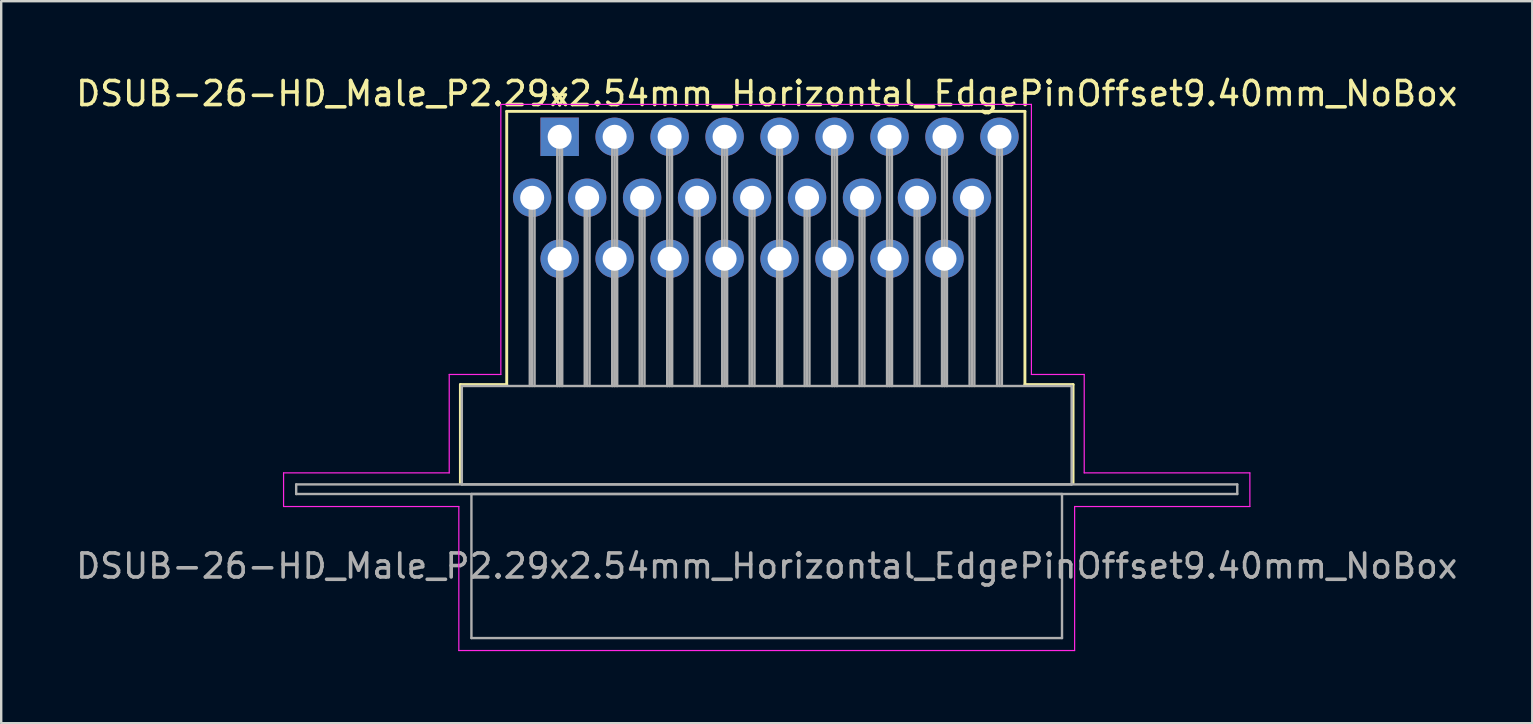
<source format=kicad_pcb>
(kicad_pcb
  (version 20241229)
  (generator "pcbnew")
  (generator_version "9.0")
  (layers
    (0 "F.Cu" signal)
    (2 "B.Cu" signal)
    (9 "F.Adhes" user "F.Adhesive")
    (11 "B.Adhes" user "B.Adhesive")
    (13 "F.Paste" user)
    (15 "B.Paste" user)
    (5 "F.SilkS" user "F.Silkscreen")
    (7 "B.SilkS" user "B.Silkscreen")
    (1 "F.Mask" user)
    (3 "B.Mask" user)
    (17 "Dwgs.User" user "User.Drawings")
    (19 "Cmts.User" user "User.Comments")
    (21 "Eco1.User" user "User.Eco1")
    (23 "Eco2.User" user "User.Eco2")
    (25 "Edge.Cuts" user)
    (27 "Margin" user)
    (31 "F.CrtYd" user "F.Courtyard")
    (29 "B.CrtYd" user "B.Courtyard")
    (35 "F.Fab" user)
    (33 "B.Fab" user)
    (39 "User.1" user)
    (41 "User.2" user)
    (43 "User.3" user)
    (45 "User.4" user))
  (footprint "DSUB-26-HD_Male_P2.29x2.54mm_Horizontal_EdgePinOffset9.40mm_NoBox"
    (layer "F.Cu")
    (at 20.262 2.648)
    (property "Reference" "DSUB-26-HD_Male_P2.29x2.54mm_Horizontal_EdgePinOffset9.40mm_NoBox" (at 8.625 -1.8 0) (layer "F.SilkS") (effects (font (size 1 1) (thickness 0.15))))
    (attr through_hole)
    (fp_line (start -4.135 10.32) (end -2.205 10.32) (stroke (width 0.12) (type solid)) (layer "F.SilkS"))
    (fp_line (start -4.135 14.42) (end -4.135 10.32) (stroke (width 0.12) (type solid)) (layer "F.SilkS"))
    (fp_line (start -2.205 -1.06) (end 19.38 -1.06) (stroke (width 0.12) (type solid)) (layer "F.SilkS"))
    (fp_line (start -2.205 10.32) (end -2.205 -1.06) (stroke (width 0.12) (type solid)) (layer "F.SilkS"))
    (fp_line (start -0.25 -1.754) (end 0.25 -1.754) (stroke (width 0.12) (type solid)) (layer "F.SilkS"))
    (fp_line (start 0 -1.321) (end -0.25 -1.754) (stroke (width 0.12) (type solid)) (layer "F.SilkS"))
    (fp_line (start 0.25 -1.754) (end 0 -1.321) (stroke (width 0.12) (type solid)) (layer "F.SilkS"))
    (fp_line (start 19.38 -1.06) (end 19.38 10.32) (stroke (width 0.12) (type solid)) (layer "F.SilkS"))
    (fp_line (start 19.38 10.32) (end 21.385 10.32) (stroke (width 0.12) (type solid)) (layer "F.SilkS"))
    (fp_line (start 21.385 10.32) (end 21.385 14.42) (stroke (width 0.12) (type solid)) (layer "F.SilkS"))
    (fp_line (start -11.5 14) (end -4.6 14) (stroke (width 0.05) (type solid)) (layer "F.CrtYd"))
    (fp_line (start -11.5 15.4) (end -11.5 14) (stroke (width 0.05) (type solid)) (layer "F.CrtYd"))
    (fp_line (start -4.6 9.9) (end -2.45 9.9) (stroke (width 0.05) (type solid)) (layer "F.CrtYd"))
    (fp_line (start -4.6 14) (end -4.6 9.9) (stroke (width 0.05) (type solid)) (layer "F.CrtYd"))
    (fp_line (start -4.2 15.4) (end -11.5 15.4) (stroke (width 0.05) (type solid)) (layer "F.CrtYd"))
    (fp_line (start -4.2 21.4) (end -4.2 15.4) (stroke (width 0.05) (type solid)) (layer "F.CrtYd"))
    (fp_line (start -2.45 -1.35) (end 19.65 -1.35) (stroke (width 0.05) (type solid)) (layer "F.CrtYd"))
    (fp_line (start -2.45 9.9) (end -2.45 -1.35) (stroke (width 0.05) (type solid)) (layer "F.CrtYd"))
    (fp_line (start 19.65 -1.35) (end 19.65 9.9) (stroke (width 0.05) (type solid)) (layer "F.CrtYd"))
    (fp_line (start 19.65 9.9) (end 21.85 9.9) (stroke (width 0.05) (type solid)) (layer "F.CrtYd"))
    (fp_line (start 21.45 15.4) (end 21.45 21.4) (stroke (width 0.05) (type solid)) (layer "F.CrtYd"))
    (fp_line (start 21.45 21.4) (end -4.2 21.4) (stroke (width 0.05) (type solid)) (layer "F.CrtYd"))
    (fp_line (start 21.85 9.9) (end 21.85 14) (stroke (width 0.05) (type solid)) (layer "F.CrtYd"))
    (fp_line (start 21.85 14) (end 28.75 14) (stroke (width 0.05) (type solid)) (layer "F.CrtYd"))
    (fp_line (start 28.75 14) (end 28.75 15.4) (stroke (width 0.05) (type solid)) (layer "F.CrtYd"))
    (fp_line (start 28.75 15.4) (end 21.45 15.4) (stroke (width 0.05) (type solid)) (layer "F.CrtYd"))
    (fp_line (start -10.975 14.48) (end -10.975 14.88) (stroke (width 0.1) (type solid)) (layer "F.Fab"))
    (fp_line (start -10.975 14.88) (end 28.225 14.88) (stroke (width 0.1) (type solid)) (layer "F.Fab"))
    (fp_line (start -4.075 10.38) (end -4.075 14.48) (stroke (width 0.1) (type solid)) (layer "F.Fab"))
    (fp_line (start -4.075 14.48) (end 21.325 14.48) (stroke (width 0.1) (type solid)) (layer "F.Fab"))
    (fp_line (start -3.675 14.88) (end -3.675 20.88) (stroke (width 0.1) (type solid)) (layer "F.Fab"))
    (fp_line (start -3.675 20.88) (end 20.925 20.88) (stroke (width 0.1) (type solid)) (layer "F.Fab"))
    (fp_line (start -1.245 2.54) (end -1.245 10.38) (stroke (width 0.1) (type solid)) (layer "F.Fab"))
    (fp_line (start -1.145 2.54) (end -1.145 10.38) (stroke (width 0.1) (type solid)) (layer "F.Fab"))
    (fp_line (start -1.045 2.54) (end -1.045 10.38) (stroke (width 0.1) (type solid)) (layer "F.Fab"))
    (fp_line (start -0.1 0) (end -0.1 10.38) (stroke (width 0.1) (type solid)) (layer "F.Fab"))
    (fp_line (start -0.1 5.08) (end -0.1 10.38) (stroke (width 0.1) (type solid)) (layer "F.Fab"))
    (fp_line (start 0 0) (end 0 10.38) (stroke (width 0.1) (type solid)) (layer "F.Fab"))
    (fp_line (start 0 5.08) (end 0 10.38) (stroke (width 0.1) (type solid)) (layer "F.Fab"))
    (fp_line (start 0.1 0) (end 0.1 10.38) (stroke (width 0.1) (type solid)) (layer "F.Fab"))
    (fp_line (start 0.1 5.08) (end 0.1 10.38) (stroke (width 0.1) (type solid)) (layer "F.Fab"))
    (fp_line (start 1.045 2.54) (end 1.045 10.38) (stroke (width 0.1) (type solid)) (layer "F.Fab"))
    (fp_line (start 1.145 2.54) (end 1.145 10.38) (stroke (width 0.1) (type solid)) (layer "F.Fab"))
    (fp_line (start 1.245 2.54) (end 1.245 10.38) (stroke (width 0.1) (type solid)) (layer "F.Fab"))
    (fp_line (start 2.19 0) (end 2.19 10.38) (stroke (width 0.1) (type solid)) (layer "F.Fab"))
    (fp_line (start 2.19 5.08) (end 2.19 10.38) (stroke (width 0.1) (type solid)) (layer "F.Fab"))
    (fp_line (start 2.29 0) (end 2.29 10.38) (stroke (width 0.1) (type solid)) (layer "F.Fab"))
    (fp_line (start 2.29 5.08) (end 2.29 10.38) (stroke (width 0.1) (type solid)) (layer "F.Fab"))
    (fp_line (start 2.39 0) (end 2.39 10.38) (stroke (width 0.1) (type solid)) (layer "F.Fab"))
    (fp_line (start 2.39 5.08) (end 2.39 10.38) (stroke (width 0.1) (type solid)) (layer "F.Fab"))
    (fp_line (start 3.335 2.54) (end 3.335 10.38) (stroke (width 0.1) (type solid)) (layer "F.Fab"))
    (fp_line (start 3.435 2.54) (end 3.435 10.38) (stroke (width 0.1) (type solid)) (layer "F.Fab"))
    (fp_line (start 3.535 2.54) (end 3.535 10.38) (stroke (width 0.1) (type solid)) (layer "F.Fab"))
    (fp_line (start 4.48 0) (end 4.48 10.38) (stroke (width 0.1) (type solid)) (layer "F.Fab"))
    (fp_line (start 4.48 5.08) (end 4.48 10.38) (stroke (width 0.1) (type solid)) (layer "F.Fab"))
    (fp_line (start 4.58 0) (end 4.58 10.38) (stroke (width 0.1) (type solid)) (layer "F.Fab"))
    (fp_line (start 4.58 5.08) (end 4.58 10.38) (stroke (width 0.1) (type solid)) (layer "F.Fab"))
    (fp_line (start 4.68 0) (end 4.68 10.38) (stroke (width 0.1) (type solid)) (layer "F.Fab"))
    (fp_line (start 4.68 5.08) (end 4.68 10.38) (stroke (width 0.1) (type solid)) (layer "F.Fab"))
    (fp_line (start 5.625 2.54) (end 5.625 10.38) (stroke (width 0.1) (type solid)) (layer "F.Fab"))
    (fp_line (start 5.725 2.54) (end 5.725 10.38) (stroke (width 0.1) (type solid)) (layer "F.Fab"))
    (fp_line (start 5.825 2.54) (end 5.825 10.38) (stroke (width 0.1) (type solid)) (layer "F.Fab"))
    (fp_line (start 6.77 0) (end 6.77 10.38) (stroke (width 0.1) (type solid)) (layer "F.Fab"))
    (fp_line (start 6.77 5.08) (end 6.77 10.38) (stroke (width 0.1) (type solid)) (layer "F.Fab"))
    (fp_line (start 6.87 0) (end 6.87 10.38) (stroke (width 0.1) (type solid)) (layer "F.Fab"))
    (fp_line (start 6.87 5.08) (end 6.87 10.38) (stroke (width 0.1) (type solid)) (layer "F.Fab"))
    (fp_line (start 6.97 0) (end 6.97 10.38) (stroke (width 0.1) (type solid)) (layer "F.Fab"))
    (fp_line (start 6.97 5.08) (end 6.97 10.38) (stroke (width 0.1) (type solid)) (layer "F.Fab"))
    (fp_line (start 7.915 2.54) (end 7.915 10.38) (stroke (width 0.1) (type solid)) (layer "F.Fab"))
    (fp_line (start 8.015 2.54) (end 8.015 10.38) (stroke (width 0.1) (type solid)) (layer "F.Fab"))
    (fp_line (start 8.115 2.54) (end 8.115 10.38) (stroke (width 0.1) (type solid)) (layer "F.Fab"))
    (fp_line (start 9.06 0) (end 9.06 10.38) (stroke (width 0.1) (type solid)) (layer "F.Fab"))
    (fp_line (start 9.06 5.08) (end 9.06 10.38) (stroke (width 0.1) (type solid)) (layer "F.Fab"))
    (fp_line (start 9.16 0) (end 9.16 10.38) (stroke (width 0.1) (type solid)) (layer "F.Fab"))
    (fp_line (start 9.16 5.08) (end 9.16 10.38) (stroke (width 0.1) (type solid)) (layer "F.Fab"))
    (fp_line (start 9.26 0) (end 9.26 10.38) (stroke (width 0.1) (type solid)) (layer "F.Fab"))
    (fp_line (start 9.26 5.08) (end 9.26 10.38) (stroke (width 0.1) (type solid)) (layer "F.Fab"))
    (fp_line (start 10.205 2.54) (end 10.205 10.38) (stroke (width 0.1) (type solid)) (layer "F.Fab"))
    (fp_line (start 10.305 2.54) (end 10.305 10.38) (stroke (width 0.1) (type solid)) (layer "F.Fab"))
    (fp_line (start 10.405 2.54) (end 10.405 10.38) (stroke (width 0.1) (type solid)) (layer "F.Fab"))
    (fp_line (start 11.35 0) (end 11.35 10.38) (stroke (width 0.1) (type solid)) (layer "F.Fab"))
    (fp_line (start 11.35 5.08) (end 11.35 10.38) (stroke (width 0.1) (type solid)) (layer "F.Fab"))
    (fp_line (start 11.45 0) (end 11.45 10.38) (stroke (width 0.1) (type solid)) (layer "F.Fab"))
    (fp_line (start 11.45 5.08) (end 11.45 10.38) (stroke (width 0.1) (type solid)) (layer "F.Fab"))
    (fp_line (start 11.55 0) (end 11.55 10.38) (stroke (width 0.1) (type solid)) (layer "F.Fab"))
    (fp_line (start 11.55 5.08) (end 11.55 10.38) (stroke (width 0.1) (type solid)) (layer "F.Fab"))
    (fp_line (start 12.495 2.54) (end 12.495 10.38) (stroke (width 0.1) (type solid)) (layer "F.Fab"))
    (fp_line (start 12.595 2.54) (end 12.595 10.38) (stroke (width 0.1) (type solid)) (layer "F.Fab"))
    (fp_line (start 12.695 2.54) (end 12.695 10.38) (stroke (width 0.1) (type solid)) (layer "F.Fab"))
    (fp_line (start 13.64 0) (end 13.64 10.38) (stroke (width 0.1) (type solid)) (layer "F.Fab"))
    (fp_line (start 13.64 5.08) (end 13.64 10.38) (stroke (width 0.1) (type solid)) (layer "F.Fab"))
    (fp_line (start 13.74 0) (end 13.74 10.38) (stroke (width 0.1) (type solid)) (layer "F.Fab"))
    (fp_line (start 13.74 5.08) (end 13.74 10.38) (stroke (width 0.1) (type solid)) (layer "F.Fab"))
    (fp_line (start 13.84 0) (end 13.84 10.38) (stroke (width 0.1) (type solid)) (layer "F.Fab"))
    (fp_line (start 13.84 5.08) (end 13.84 10.38) (stroke (width 0.1) (type solid)) (layer "F.Fab"))
    (fp_line (start 14.785 2.54) (end 14.785 10.38) (stroke (width 0.1) (type solid)) (layer "F.Fab"))
    (fp_line (start 14.885 2.54) (end 14.885 10.38) (stroke (width 0.1) (type solid)) (layer "F.Fab"))
    (fp_line (start 14.985 2.54) (end 14.985 10.38) (stroke (width 0.1) (type solid)) (layer "F.Fab"))
    (fp_line (start 15.93 0) (end 15.93 10.38) (stroke (width 0.1) (type solid)) (layer "F.Fab"))
    (fp_line (start 15.93 5.08) (end 15.93 10.38) (stroke (width 0.1) (type solid)) (layer "F.Fab"))
    (fp_line (start 16.03 0) (end 16.03 10.38) (stroke (width 0.1) (type solid)) (layer "F.Fab"))
    (fp_line (start 16.03 5.08) (end 16.03 10.38) (stroke (width 0.1) (type solid)) (layer "F.Fab"))
    (fp_line (start 16.13 0) (end 16.13 10.38) (stroke (width 0.1) (type solid)) (layer "F.Fab"))
    (fp_line (start 16.13 5.08) (end 16.13 10.38) (stroke (width 0.1) (type solid)) (layer "F.Fab"))
    (fp_line (start 17.075 2.54) (end 17.075 10.38) (stroke (width 0.1) (type solid)) (layer "F.Fab"))
    (fp_line (start 17.175 2.54) (end 17.175 10.38) (stroke (width 0.1) (type solid)) (layer "F.Fab"))
    (fp_line (start 17.275 2.54) (end 17.275 10.38) (stroke (width 0.1) (type solid)) (layer "F.Fab"))
    (fp_line (start 18.22 0) (end 18.22 10.38) (stroke (width 0.1) (type solid)) (layer "F.Fab"))
    (fp_line (start 18.32 0) (end 18.32 10.38) (stroke (width 0.1) (type solid)) (layer "F.Fab"))
    (fp_line (start 18.42 0) (end 18.42 10.38) (stroke (width 0.1) (type solid)) (layer "F.Fab"))
    (fp_line (start 20.925 14.88) (end -3.675 14.88) (stroke (width 0.1) (type solid)) (layer "F.Fab"))
    (fp_line (start 20.925 20.88) (end 20.925 14.88) (stroke (width 0.1) (type solid)) (layer "F.Fab"))
    (fp_line (start 21.325 10.38) (end -4.075 10.38) (stroke (width 0.1) (type solid)) (layer "F.Fab"))
    (fp_line (start 21.325 14.48) (end 21.325 10.38) (stroke (width 0.1) (type solid)) (layer "F.Fab"))
    (fp_line (start 28.225 14.48) (end -10.975 14.48) (stroke (width 0.1) (type solid)) (layer "F.Fab"))
    (fp_line (start 28.225 14.88) (end 28.225 14.48) (stroke (width 0.1) (type solid)) (layer "F.Fab"))
    (fp_text user "${REFERENCE}" (at 8.625 17.88 0) (layer "F.Fab") (effects (font (size 1 1) (thickness 0.15))))
    (pad "1" thru_hole rect (at 0 0) (size 1.6 1.6) (drill 1) (layers "*.Cu" "*.Mask"))
    (pad "2" thru_hole circle (at 2.29 0) (size 1.6 1.6) (drill 1) (layers "*.Cu" "*.Mask"))
    (pad "3" thru_hole circle (at 4.58 0) (size 1.6 1.6) (drill 1) (layers "*.Cu" "*.Mask"))
    (pad "4" thru_hole circle (at 6.87 0) (size 1.6 1.6) (drill 1) (layers "*.Cu" "*.Mask"))
    (pad "5" thru_hole circle (at 9.16 0) (size 1.6 1.6) (drill 1) (layers "*.Cu" "*.Mask"))
    (pad "6" thru_hole circle (at 11.45 0) (size 1.6 1.6) (drill 1) (layers "*.Cu" "*.Mask"))
    (pad "7" thru_hole circle (at 13.74 0) (size 1.6 1.6) (drill 1) (layers "*.Cu" "*.Mask"))
    (pad "8" thru_hole circle (at 16.03 0) (size 1.6 1.6) (drill 1) (layers "*.Cu" "*.Mask"))
    (pad "9" thru_hole circle (at 18.32 0) (size 1.6 1.6) (drill 1) (layers "*.Cu" "*.Mask"))
    (pad "10" thru_hole circle (at -1.145 2.54) (size 1.6 1.6) (drill 1) (layers "*.Cu" "*.Mask"))
    (pad "11" thru_hole circle (at 1.145 2.54) (size 1.6 1.6) (drill 1) (layers "*.Cu" "*.Mask"))
    (pad "12" thru_hole circle (at 3.435 2.54) (size 1.6 1.6) (drill 1) (layers "*.Cu" "*.Mask"))
    (pad "13" thru_hole circle (at 5.725 2.54) (size 1.6 1.6) (drill 1) (layers "*.Cu" "*.Mask"))
    (pad "14" thru_hole circle (at 8.015 2.54) (size 1.6 1.6) (drill 1) (layers "*.Cu" "*.Mask"))
    (pad "15" thru_hole circle (at 10.305 2.54) (size 1.6 1.6) (drill 1) (layers "*.Cu" "*.Mask"))
    (pad "16" thru_hole circle (at 12.595 2.54) (size 1.6 1.6) (drill 1) (layers "*.Cu" "*.Mask"))
    (pad "17" thru_hole circle (at 14.885 2.54) (size 1.6 1.6) (drill 1) (layers "*.Cu" "*.Mask"))
    (pad "18" thru_hole circle (at 17.175 2.54) (size 1.6 1.6) (drill 1) (layers "*.Cu" "*.Mask"))
    (pad "19" thru_hole circle (at 0 5.08) (size 1.6 1.6) (drill 1) (layers "*.Cu" "*.Mask"))
    (pad "20" thru_hole circle (at 2.29 5.08) (size 1.6 1.6) (drill 1) (layers "*.Cu" "*.Mask"))
    (pad "21" thru_hole circle (at 4.58 5.08) (size 1.6 1.6) (drill 1) (layers "*.Cu" "*.Mask"))
    (pad "22" thru_hole circle (at 6.87 5.08) (size 1.6 1.6) (drill 1) (layers "*.Cu" "*.Mask"))
    (pad "23" thru_hole circle (at 9.16 5.08) (size 1.6 1.6) (drill 1) (layers "*.Cu" "*.Mask"))
    (pad "24" thru_hole circle (at 11.45 5.08) (size 1.6 1.6) (drill 1) (layers "*.Cu" "*.Mask"))
    (pad "25" thru_hole circle (at 13.74 5.08) (size 1.6 1.6) (drill 1) (layers "*.Cu" "*.Mask"))
    (pad "26" thru_hole circle (at 16.03 5.08) (size 1.6 1.6) (drill 1) (layers "*.Cu" "*.Mask")))
  (gr_rect
    (start -3 -3)
    (end 60.774 27.073)
    (stroke (width 0.1) (type default))
    (fill no)
    (layer "Edge.Cuts")))
</source>
